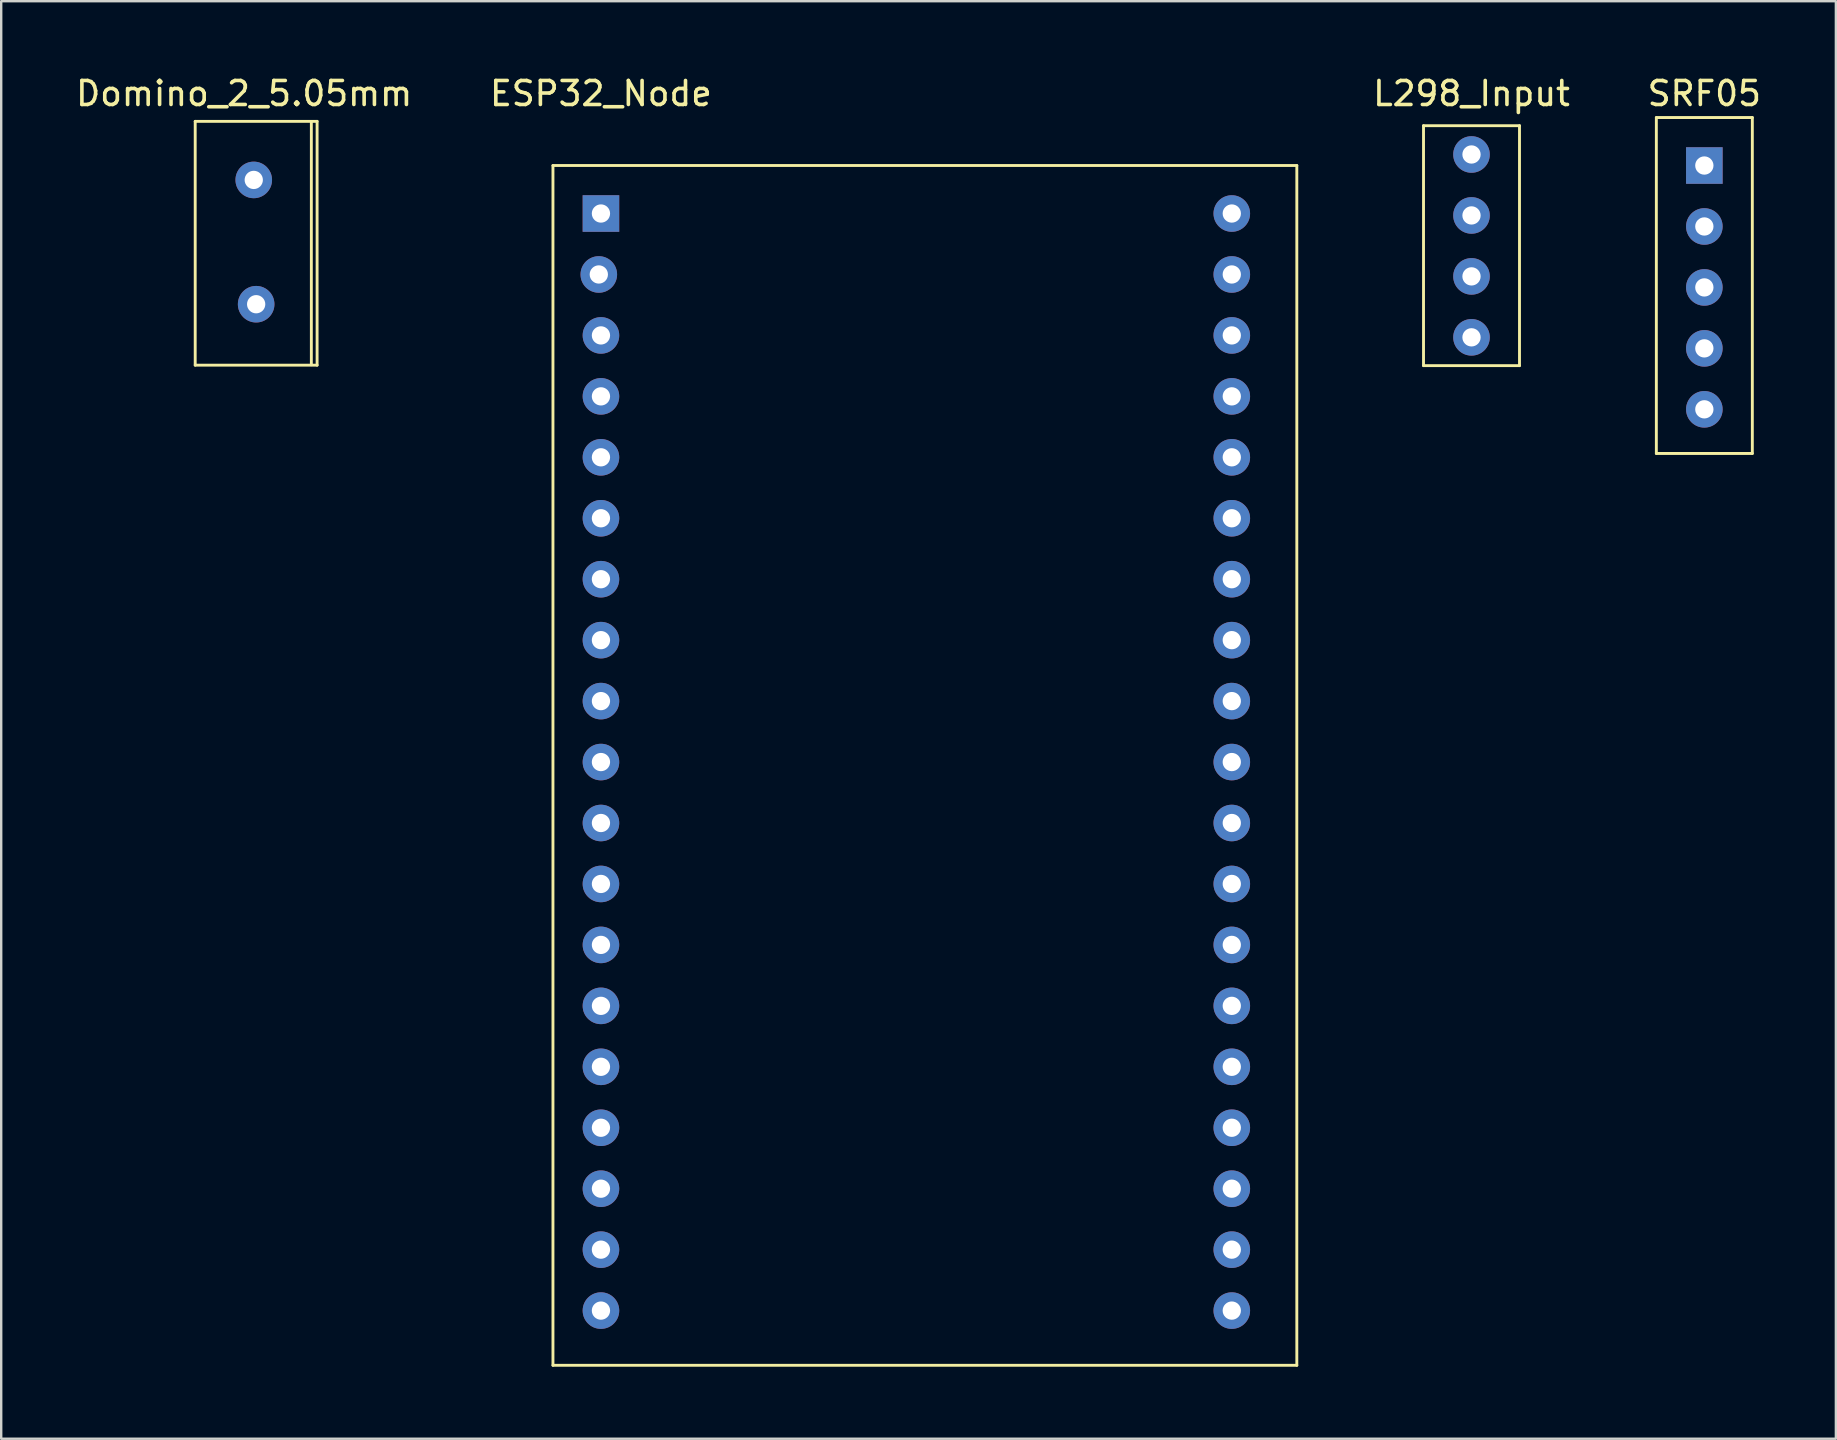
<source format=kicad_pcb>
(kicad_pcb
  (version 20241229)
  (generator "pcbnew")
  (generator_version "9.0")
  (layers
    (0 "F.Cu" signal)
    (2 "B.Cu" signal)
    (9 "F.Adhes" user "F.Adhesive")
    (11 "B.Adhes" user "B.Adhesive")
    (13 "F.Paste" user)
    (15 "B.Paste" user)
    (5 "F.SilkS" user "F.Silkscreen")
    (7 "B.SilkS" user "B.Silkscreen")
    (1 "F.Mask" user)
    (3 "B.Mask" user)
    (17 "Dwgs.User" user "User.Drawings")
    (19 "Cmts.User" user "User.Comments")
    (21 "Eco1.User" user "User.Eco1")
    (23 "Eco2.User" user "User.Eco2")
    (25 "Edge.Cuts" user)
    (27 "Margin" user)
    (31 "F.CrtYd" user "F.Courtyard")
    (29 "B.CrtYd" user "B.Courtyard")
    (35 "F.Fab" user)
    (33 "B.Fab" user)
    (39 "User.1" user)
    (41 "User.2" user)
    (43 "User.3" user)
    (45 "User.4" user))
  (footprint "L298_Input"
    (layer "F.Cu")
    (at 58.274 3.388)
    (property "Reference" "L298_Input" (at 0 -2.54 0) (layer "F.SilkS") (effects (font (size 1 1) (thickness 0.15))))
    (attr through_hole)
    (fp_line (start -2 -1.2) (end -2 8.8) (stroke (width 0.12) (type solid)) (layer "F.SilkS"))
    (fp_line (start -2 -1.2) (end 2 -1.2) (stroke (width 0.12) (type solid)) (layer "F.SilkS"))
    (fp_line (start -2 8.8) (end 2 8.8) (stroke (width 0.12) (type solid)) (layer "F.SilkS"))
    (fp_line (start 2 -1.2) (end 2 8.8) (stroke (width 0.12) (type solid)) (layer "F.SilkS"))
    (pad "1" thru_hole circle (at 0 0) (size 1.524 1.524) (drill 0.762) (layers "*.Cu" "*.Mask"))
    (pad "2" thru_hole circle (at 0 2.54) (size 1.524 1.524) (drill 0.762) (layers "*.Cu" "*.Mask"))
    (pad "3" thru_hole circle (at 0 5.08) (size 1.524 1.524) (drill 0.762) (layers "*.Cu" "*.Mask"))
    (pad "4" thru_hole circle (at 0 7.62) (size 1.524 1.524) (drill 0.762) (layers "*.Cu" "*.Mask")))
  (footprint "SRF05"
    (layer "F.Cu")
    (at 67.977 3.848)
    (property "Reference" "SRF05" (at 0 -3 0) (layer "F.SilkS") (effects (font (size 1 1) (thickness 0.15))))
    (attr through_hole)
    (fp_line (start -2 -2) (end 2 -2) (stroke (width 0.12) (type solid)) (layer "F.SilkS"))
    (fp_line (start -2 12) (end -2 -2) (stroke (width 0.12) (type solid)) (layer "F.SilkS"))
    (fp_line (start 2 -2) (end 2 12) (stroke (width 0.12) (type solid)) (layer "F.SilkS"))
    (fp_line (start 2 12) (end -2 12) (stroke (width 0.12) (type solid)) (layer "F.SilkS"))
    (pad "1" thru_hole rect (at 0 0) (size 1.524 1.524) (drill 0.762) (layers "*.Cu" "*.Mask"))
    (pad "2" thru_hole circle (at 0 2.54) (size 1.524 1.524) (drill 0.762) (layers "*.Cu" "*.Mask"))
    (pad "3" thru_hole circle (at 0 5.08) (size 1.524 1.524) (drill 0.762) (layers "*.Cu" "*.Mask"))
    (pad "4" thru_hole circle (at 0 7.62) (size 1.524 1.524) (drill 0.762) (layers "*.Cu" "*.Mask"))
    (pad "5" thru_hole circle (at 0 10.16) (size 1.524 1.524) (drill 0.762) (layers "*.Cu" "*.Mask")))
  (footprint "Domino_2_5.05mm"
    (layer "F.Cu")
    (at 7.625 4.548)
    (property "Reference" "Domino_2_5.05mm" (at -0.5 -3.7 0) (layer "F.SilkS") (effects (font (size 1 1) (thickness 0.15))))
    (attr through_hole)
    (fp_line (start -2.54 -2.54) (end 2.54 -2.54) (stroke (width 0.12) (type solid)) (layer "F.SilkS"))
    (fp_line (start -2.54 7.62) (end -2.54 -2.54) (stroke (width 0.12) (type solid)) (layer "F.SilkS"))
    (fp_line (start 2.3 -2.5) (end 2.3 7.6) (stroke (width 0.12) (type solid)) (layer "F.SilkS"))
    (fp_line (start 2.54 -2.54) (end 2.54 7.62) (stroke (width 0.12) (type solid)) (layer "F.SilkS"))
    (fp_line (start 2.54 7.62) (end -2.54 7.62) (stroke (width 0.12) (type solid)) (layer "F.SilkS"))
    (pad "1" thru_hole circle (at -0.1 -0.1) (size 1.524 1.524) (drill 0.762) (layers "*.Cu" "*.Mask"))
    (pad "2" thru_hole circle (at 0 5.08) (size 1.524 1.524) (drill 0.762) (layers "*.Cu" "*.Mask")))
  (footprint "ESP32_Node"
    (layer "F.Cu")
    (at 21.994 5.848)
    (property "Reference" "ESP32_Node" (at 0 -5 0) (layer "F.SilkS") (effects (font (size 1 1) (thickness 0.15))))
    (attr through_hole)
    (fp_line (start -2 -2) (end -2 48) (stroke (width 0.12) (type solid)) (layer "F.SilkS"))
    (fp_line (start -2 -2) (end 29 -2) (stroke (width 0.12) (type solid)) (layer "F.SilkS"))
    (fp_line (start 29 -2) (end 29 48) (stroke (width 0.12) (type solid)) (layer "F.SilkS"))
    (fp_line (start 29 48) (end -2 48) (stroke (width 0.12) (type solid)) (layer "F.SilkS"))
    (pad "1" thru_hole rect (at 0 0) (size 1.524 1.524) (drill 0.762) (layers "*.Cu" "*.Mask"))
    (pad "2" thru_hole circle (at -0.089 2.54) (size 1.524 1.524) (drill 0.762) (layers "*.Cu" "*.Mask"))
    (pad "3" thru_hole circle (at 0 5.08) (size 1.524 1.524) (drill 0.762) (layers "*.Cu" "*.Mask"))
    (pad "4" thru_hole circle (at 0 7.62) (size 1.524 1.524) (drill 0.762) (layers "*.Cu" "*.Mask"))
    (pad "5" thru_hole circle (at 0 10.16) (size 1.524 1.524) (drill 0.762) (layers "*.Cu" "*.Mask"))
    (pad "6" thru_hole circle (at 0 12.7) (size 1.524 1.524) (drill 0.762) (layers "*.Cu" "*.Mask"))
    (pad "7" thru_hole circle (at 0 15.24) (size 1.524 1.524) (drill 0.762) (layers "*.Cu" "*.Mask"))
    (pad "8" thru_hole circle (at 0 17.78) (size 1.524 1.524) (drill 0.762) (layers "*.Cu" "*.Mask"))
    (pad "9" thru_hole circle (at 0 20.32) (size 1.524 1.524) (drill 0.762) (layers "*.Cu" "*.Mask"))
    (pad "10" thru_hole circle (at 0 22.86) (size 1.524 1.524) (drill 0.762) (layers "*.Cu" "*.Mask"))
    (pad "11" thru_hole circle (at 0 25.4) (size 1.524 1.524) (drill 0.762) (layers "*.Cu" "*.Mask"))
    (pad "12" thru_hole circle (at 0 27.94) (size 1.524 1.524) (drill 0.762) (layers "*.Cu" "*.Mask"))
    (pad "13" thru_hole circle (at 0 30.48) (size 1.524 1.524) (drill 0.762) (layers "*.Cu" "*.Mask"))
    (pad "14" thru_hole circle (at 0 33.02) (size 1.524 1.524) (drill 0.762) (layers "*.Cu" "*.Mask"))
    (pad "15" thru_hole circle (at 0 35.56) (size 1.524 1.524) (drill 0.762) (layers "*.Cu" "*.Mask"))
    (pad "16" thru_hole circle (at 0 38.1) (size 1.524 1.524) (drill 0.762) (layers "*.Cu" "*.Mask"))
    (pad "17" thru_hole circle (at 0 40.64) (size 1.524 1.524) (drill 0.762) (layers "*.Cu" "*.Mask"))
    (pad "18" thru_hole circle (at 0 43.18) (size 1.524 1.524) (drill 0.762) (layers "*.Cu" "*.Mask"))
    (pad "19" thru_hole circle (at 0 45.72) (size 1.524 1.524) (drill 0.762) (layers "*.Cu" "*.Mask"))
    (pad "20" thru_hole circle (at 26.29 45.72) (size 1.524 1.524) (drill 0.762) (layers "*.Cu" "*.Mask"))
    (pad "21" thru_hole circle (at 26.29 43.18) (size 1.524 1.524) (drill 0.762) (layers "*.Cu" "*.Mask"))
    (pad "22" thru_hole circle (at 26.29 40.64) (size 1.524 1.524) (drill 0.762) (layers "*.Cu" "*.Mask"))
    (pad "23" thru_hole circle (at 26.29 38.1) (size 1.524 1.524) (drill 0.762) (layers "*.Cu" "*.Mask"))
    (pad "24" thru_hole circle (at 26.29 35.56) (size 1.524 1.524) (drill 0.762) (layers "*.Cu" "*.Mask"))
    (pad "25" thru_hole circle (at 26.29 33.02) (size 1.524 1.524) (drill 0.762) (layers "*.Cu" "*.Mask"))
    (pad "26" thru_hole circle (at 26.29 30.48) (size 1.524 1.524) (drill 0.762) (layers "*.Cu" "*.Mask"))
    (pad "27" thru_hole circle (at 26.29 27.94) (size 1.524 1.524) (drill 0.762) (layers "*.Cu" "*.Mask"))
    (pad "28" thru_hole circle (at 26.29 25.4) (size 1.524 1.524) (drill 0.762) (layers "*.Cu" "*.Mask"))
    (pad "29" thru_hole circle (at 26.29 22.86) (size 1.524 1.524) (drill 0.762) (layers "*.Cu" "*.Mask"))
    (pad "30" thru_hole circle (at 26.29 20.32) (size 1.524 1.524) (drill 0.762) (layers "*.Cu" "*.Mask"))
    (pad "31" thru_hole circle (at 26.29 17.78) (size 1.524 1.524) (drill 0.762) (layers "*.Cu" "*.Mask"))
    (pad "32" thru_hole circle (at 26.29 15.24) (size 1.524 1.524) (drill 0.762) (layers "*.Cu" "*.Mask"))
    (pad "33" thru_hole circle (at 26.29 12.7) (size 1.524 1.524) (drill 0.762) (layers "*.Cu" "*.Mask"))
    (pad "34" thru_hole circle (at 26.29 10.16) (size 1.524 1.524) (drill 0.762) (layers "*.Cu" "*.Mask"))
    (pad "35" thru_hole circle (at 26.29 7.62) (size 1.524 1.524) (drill 0.762) (layers "*.Cu" "*.Mask"))
    (pad "36" thru_hole circle (at 26.29 5.08) (size 1.524 1.524) (drill 0.762) (layers "*.Cu" "*.Mask"))
    (pad "37" thru_hole circle (at 26.29 2.54) (size 1.524 1.524) (drill 0.762) (layers "*.Cu" "*.Mask"))
    (pad "38" thru_hole circle (at 26.29 0) (size 1.524 1.524) (drill 0.762) (layers "*.Cu" "*.Mask")))
  (gr_rect
    (start -3 -3)
    (end 73.459 56.908)
    (stroke (width 0.1) (type default))
    (fill no)
    (layer "Edge.Cuts")))
</source>
